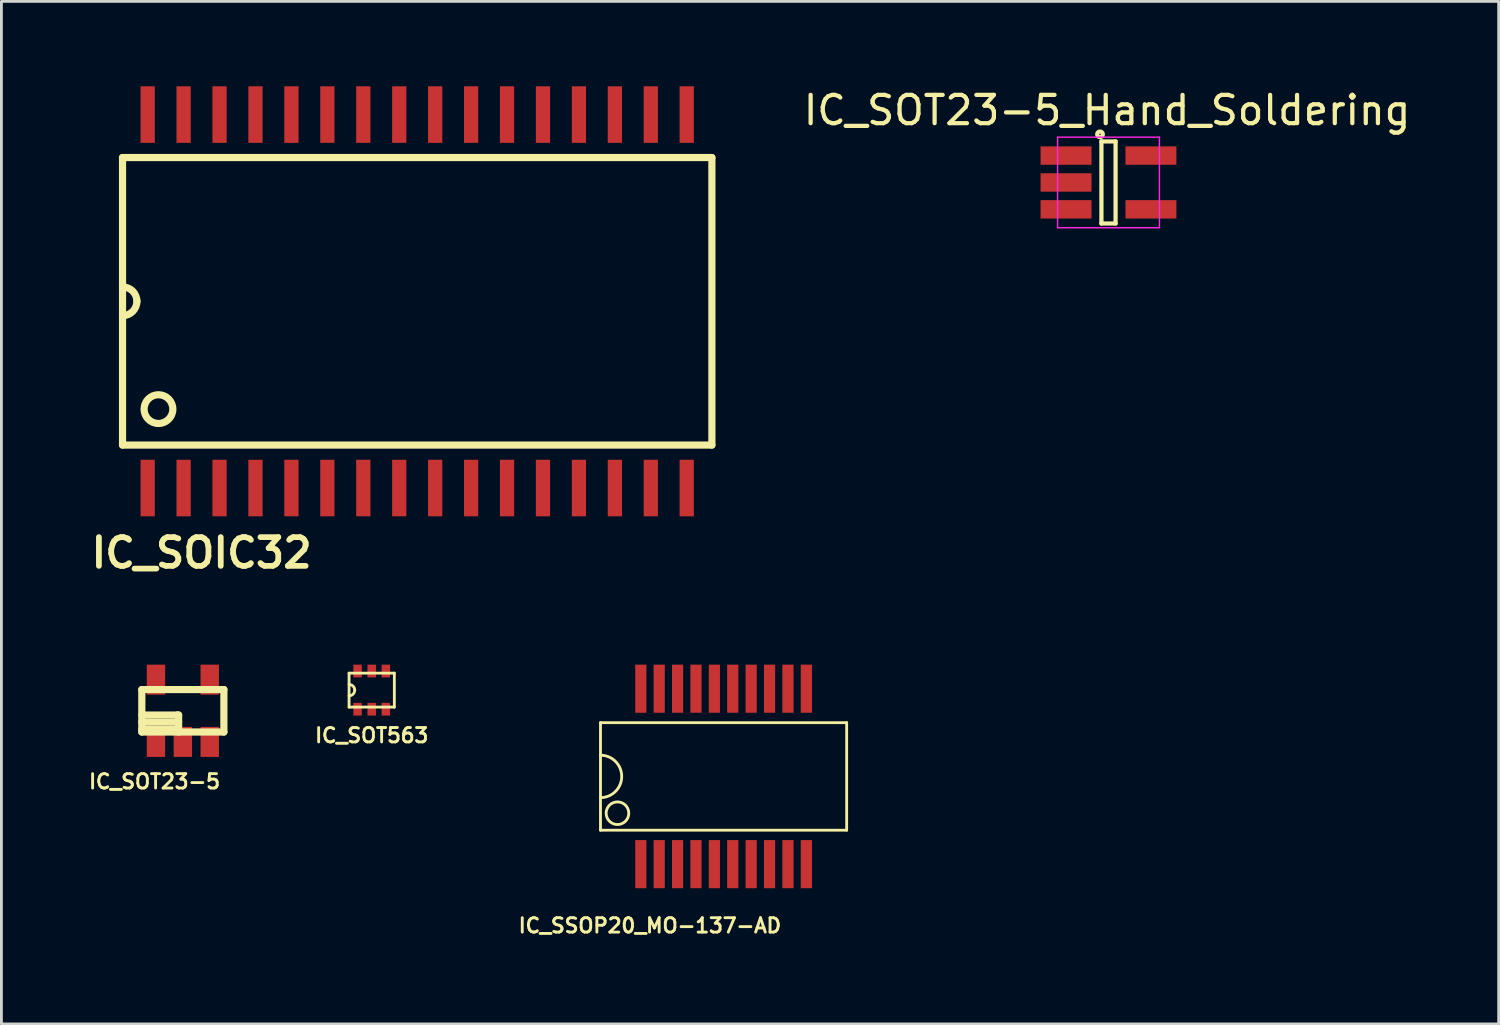
<source format=kicad_pcb>
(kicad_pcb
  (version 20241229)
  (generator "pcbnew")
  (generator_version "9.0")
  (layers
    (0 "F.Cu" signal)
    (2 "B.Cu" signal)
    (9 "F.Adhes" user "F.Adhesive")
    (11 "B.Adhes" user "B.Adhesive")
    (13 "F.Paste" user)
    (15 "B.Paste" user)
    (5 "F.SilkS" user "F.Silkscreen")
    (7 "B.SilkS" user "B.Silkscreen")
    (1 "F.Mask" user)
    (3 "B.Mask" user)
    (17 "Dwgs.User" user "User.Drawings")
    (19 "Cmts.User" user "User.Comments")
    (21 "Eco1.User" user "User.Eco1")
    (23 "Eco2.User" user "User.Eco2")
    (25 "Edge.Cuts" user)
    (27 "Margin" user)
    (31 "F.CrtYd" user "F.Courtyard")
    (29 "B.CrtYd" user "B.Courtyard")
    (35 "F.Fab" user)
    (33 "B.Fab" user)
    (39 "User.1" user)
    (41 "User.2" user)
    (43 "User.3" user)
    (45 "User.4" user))
  (footprint "IC_SSOP20_MO-137-AD"
    (layer "F.Cu")
    (at 22.521 24.389)
    (property "Reference" "IC_SSOP20_MO-137-AD" (at -2.603 5.271 0) (layer "F.SilkS") (effects (font (size 0.508 0.508) (thickness 0.102))))
    (attr smd)
    (fp_line (start -4.35 -1.9) (end 4.35 -1.9) (stroke (width 0.1) (type solid)) (layer "F.SilkS"))
    (fp_line (start -4.35 1.9) (end -4.35 -1.9) (stroke (width 0.1) (type solid)) (layer "F.SilkS"))
    (fp_line (start 4.35 -1.9) (end 4.35 1.9) (stroke (width 0.1) (type solid)) (layer "F.SilkS"))
    (fp_line (start 4.35 1.9) (end -4.35 1.9) (stroke (width 0.1) (type solid)) (layer "F.SilkS"))
    (fp_arc (start -4.35 -0.75) (mid -3.6 0) (end -4.35 0.75) (stroke (width 0.1) (type solid)) (layer "F.SilkS"))
    (fp_circle (center -3.75 1.3) (end -3.75 1.7) (stroke (width 0.1) (type solid)) (fill no) (layer "F.SilkS"))
    (pad "1" smd rect (at -2.925 3.1) (size 0.395 1.7) (layers "F.Cu" "F.Mask" "F.Paste"))
    (pad "2" smd rect (at -2.275 3.1) (size 0.395 1.7) (layers "F.Cu" "F.Mask" "F.Paste"))
    (pad "3" smd rect (at -1.625 3.1) (size 0.395 1.7) (layers "F.Cu" "F.Mask" "F.Paste"))
    (pad "4" smd rect (at -0.975 3.1) (size 0.395 1.7) (layers "F.Cu" "F.Mask" "F.Paste"))
    (pad "5" smd rect (at -0.325 3.1) (size 0.395 1.7) (layers "F.Cu" "F.Mask" "F.Paste"))
    (pad "6" smd rect (at 0.325 3.1) (size 0.395 1.7) (layers "F.Cu" "F.Mask" "F.Paste"))
    (pad "7" smd rect (at 0.975 3.1) (size 0.395 1.7) (layers "F.Cu" "F.Mask" "F.Paste"))
    (pad "8" smd rect (at 1.625 3.1) (size 0.395 1.7) (layers "F.Cu" "F.Mask" "F.Paste"))
    (pad "9" smd rect (at 2.275 3.1) (size 0.395 1.7) (layers "F.Cu" "F.Mask" "F.Paste"))
    (pad "10" smd rect (at 2.925 3.1) (size 0.395 1.7) (layers "F.Cu" "F.Mask" "F.Paste"))
    (pad "11" smd rect (at 2.925 -3.1) (size 0.395 1.7) (layers "F.Cu" "F.Mask" "F.Paste"))
    (pad "12" smd rect (at 2.275 -3.1) (size 0.395 1.7) (layers "F.Cu" "F.Mask" "F.Paste"))
    (pad "13" smd rect (at 1.625 -3.1) (size 0.395 1.7) (layers "F.Cu" "F.Mask" "F.Paste"))
    (pad "14" smd rect (at 0.975 -3.1) (size 0.395 1.7) (layers "F.Cu" "F.Mask" "F.Paste"))
    (pad "15" smd rect (at 0.325 -3.1) (size 0.395 1.7) (layers "F.Cu" "F.Mask" "F.Paste"))
    (pad "16" smd rect (at -0.325 -3.1) (size 0.395 1.7) (layers "F.Cu" "F.Mask" "F.Paste"))
    (pad "17" smd rect (at -0.975 -3.1) (size 0.395 1.7) (layers "F.Cu" "F.Mask" "F.Paste"))
    (pad "18" smd rect (at -1.625 -3.1) (size 0.395 1.7) (layers "F.Cu" "F.Mask" "F.Paste"))
    (pad "19" smd rect (at -2.275 -3.1) (size 0.395 1.7) (layers "F.Cu" "F.Mask" "F.Paste"))
    (pad "20" smd rect (at -2.925 -3.1) (size 0.395 1.7) (layers "F.Cu" "F.Mask" "F.Paste")))
  (footprint "IC_SOIC32"
    (layer "F.Cu")
    (at 11.694 7.598)
    (property "Reference" "IC_SOIC32" (at -7.62 8.89 0) (layer "F.SilkS") (effects (font (size 1.016 1.016) (thickness 0.203))))
    (attr smd)
    (fp_line (start -10.414 -5.08) (end -10.414 5.08) (stroke (width 0.254) (type solid)) (layer "F.SilkS"))
    (fp_line (start -10.414 5.08) (end 10.414 5.08) (stroke (width 0.254) (type solid)) (layer "F.SilkS"))
    (fp_line (start 10.414 -5.08) (end -10.414 -5.08) (stroke (width 0.254) (type solid)) (layer "F.SilkS"))
    (fp_line (start 10.414 5.08) (end 10.414 -5.08) (stroke (width 0.254) (type solid)) (layer "F.SilkS"))
    (fp_arc (start -10.414 -0.508) (mid -10.05479 -0.35921) (end -9.906 0) (stroke (width 0.254) (type solid)) (layer "F.SilkS"))
    (fp_arc (start -9.906 0) (mid -10.05479 0.35921) (end -10.414 0.508) (stroke (width 0.254) (type solid)) (layer "F.SilkS"))
    (fp_circle (center -9.144 3.81) (end -9.652 3.81) (stroke (width 0.254) (type solid)) (fill no) (layer "F.SilkS"))
    (pad "1" smd rect (at -9.525 6.599) (size 0.503 1.999) (layers "F.Cu" "F.Mask" "F.Paste"))
    (pad "2" smd rect (at -8.255 6.599) (size 0.503 1.999) (layers "F.Cu" "F.Mask" "F.Paste"))
    (pad "3" smd rect (at -6.985 6.599) (size 0.503 1.999) (layers "F.Cu" "F.Mask" "F.Paste"))
    (pad "4" smd rect (at -5.715 6.599) (size 0.503 1.999) (layers "F.Cu" "F.Mask" "F.Paste"))
    (pad "5" smd rect (at -4.445 6.599) (size 0.503 1.999) (layers "F.Cu" "F.Mask" "F.Paste"))
    (pad "6" smd rect (at -3.175 6.599) (size 0.503 1.999) (layers "F.Cu" "F.Mask" "F.Paste"))
    (pad "7" smd rect (at -1.905 6.599) (size 0.503 1.999) (layers "F.Cu" "F.Mask" "F.Paste"))
    (pad "8" smd rect (at -0.635 6.599) (size 0.503 1.999) (layers "F.Cu" "F.Mask" "F.Paste"))
    (pad "9" smd rect (at 0.635 6.599) (size 0.503 1.999) (layers "F.Cu" "F.Mask" "F.Paste"))
    (pad "10" smd rect (at 1.905 6.599) (size 0.503 1.999) (layers "F.Cu" "F.Mask" "F.Paste"))
    (pad "11" smd rect (at 3.175 6.599) (size 0.503 1.999) (layers "F.Cu" "F.Mask" "F.Paste"))
    (pad "12" smd rect (at 4.445 6.599) (size 0.503 1.999) (layers "F.Cu" "F.Mask" "F.Paste"))
    (pad "13" smd rect (at 5.715 6.599) (size 0.503 1.999) (layers "F.Cu" "F.Mask" "F.Paste"))
    (pad "14" smd rect (at 6.985 6.599) (size 0.503 1.999) (layers "F.Cu" "F.Mask" "F.Paste"))
    (pad "15" smd rect (at 8.255 6.599) (size 0.503 1.999) (layers "F.Cu" "F.Mask" "F.Paste"))
    (pad "16" smd rect (at 9.525 6.599) (size 0.503 1.999) (layers "F.Cu" "F.Mask" "F.Paste"))
    (pad "17" smd rect (at 9.525 -6.599) (size 0.503 1.999) (layers "F.Cu" "F.Mask" "F.Paste"))
    (pad "18" smd rect (at 8.255 -6.599) (size 0.503 1.999) (layers "F.Cu" "F.Mask" "F.Paste"))
    (pad "19" smd rect (at 6.985 -6.599) (size 0.503 1.999) (layers "F.Cu" "F.Mask" "F.Paste"))
    (pad "20" smd rect (at 5.715 -6.599) (size 0.503 1.999) (layers "F.Cu" "F.Mask" "F.Paste"))
    (pad "21" smd rect (at 4.445 -6.599) (size 0.503 1.999) (layers "F.Cu" "F.Mask" "F.Paste"))
    (pad "22" smd rect (at 3.175 -6.599) (size 0.503 1.999) (layers "F.Cu" "F.Mask" "F.Paste"))
    (pad "23" smd rect (at 1.905 -6.599) (size 0.503 1.999) (layers "F.Cu" "F.Mask" "F.Paste"))
    (pad "24" smd rect (at 0.635 -6.599) (size 0.503 1.999) (layers "F.Cu" "F.Mask" "F.Paste"))
    (pad "25" smd rect (at -0.635 -6.599) (size 0.503 1.999) (layers "F.Cu" "F.Mask" "F.Paste"))
    (pad "26" smd rect (at -1.905 -6.599) (size 0.503 1.999) (layers "F.Cu" "F.Mask" "F.Paste"))
    (pad "27" smd rect (at -3.175 -6.599) (size 0.503 1.999) (layers "F.Cu" "F.Mask" "F.Paste"))
    (pad "28" smd rect (at -4.445 -6.599) (size 0.503 1.999) (layers "F.Cu" "F.Mask" "F.Paste"))
    (pad "29" smd rect (at -5.715 -6.599) (size 0.503 1.999) (layers "F.Cu" "F.Mask" "F.Paste"))
    (pad "30" smd rect (at -6.985 -6.599) (size 0.503 1.999) (layers "F.Cu" "F.Mask" "F.Paste"))
    (pad "31" smd rect (at -8.255 -6.599) (size 0.503 1.999) (layers "F.Cu" "F.Mask" "F.Paste"))
    (pad "32" smd rect (at -9.525 -6.599) (size 0.503 1.999) (layers "F.Cu" "F.Mask" "F.Paste")))
  (footprint "IC_SOT563"
    (layer "F.Cu")
    (at 10.086 21.339)
    (property "Reference" "IC_SOT563" (at 0 1.6 0) (layer "F.SilkS") (effects (font (size 0.508 0.508) (thickness 0.102))))
    (attr through_hole)
    (fp_line (start -0.8 -0.6) (end 0.8 -0.6) (stroke (width 0.1) (type solid)) (layer "F.SilkS"))
    (fp_line (start -0.8 0.6) (end -0.8 -0.6) (stroke (width 0.1) (type solid)) (layer "F.SilkS"))
    (fp_line (start 0.8 -0.6) (end 0.8 0.6) (stroke (width 0.1) (type solid)) (layer "F.SilkS"))
    (fp_line (start 0.8 0.6) (end -0.8 0.6) (stroke (width 0.1) (type solid)) (layer "F.SilkS"))
    (fp_arc (start -0.8 -0.2) (mid -0.658579 -0.141421) (end -0.6 0) (stroke (width 0.1) (type solid)) (layer "F.SilkS"))
    (fp_arc (start -0.6 0) (mid -0.658579 0.141421) (end -0.8 0.2) (stroke (width 0.1) (type solid)) (layer "F.SilkS"))
    (pad "1" smd rect (at -0.5 0.675) (size 0.3 0.45) (layers "F.Cu" "F.Mask" "F.Paste"))
    (pad "2" smd rect (at 0 0.675) (size 0.3 0.45) (layers "F.Cu" "F.Mask" "F.Paste"))
    (pad "3" smd rect (at 0.5 0.675) (size 0.3 0.45) (layers "F.Cu" "F.Mask" "F.Paste"))
    (pad "4" smd rect (at 0.5 -0.675) (size 0.3 0.45) (layers "F.Cu" "F.Mask" "F.Paste"))
    (pad "5" smd rect (at 0 -0.675) (size 0.3 0.45) (layers "F.Cu" "F.Mask" "F.Paste"))
    (pad "6" smd rect (at -0.5 -0.675) (size 0.3 0.45) (layers "F.Cu" "F.Mask" "F.Paste")))
  (footprint "IC_SOT23-5_Hand_Soldering"
    (layer "F.Cu")
    (at 36.124 3.398)
    (property "Reference" "IC_SOT23-5_Hand_Soldering" (at -0.05 -2.55 0) (layer "F.SilkS") (effects (font (size 1 1) (thickness 0.15))))
    (attr smd)
    (fp_line (start -0.25 -1.45) (end -0.25 1.45) (stroke (width 0.15) (type solid)) (layer "F.SilkS"))
    (fp_line (start -0.25 1.45) (end 0.25 1.45) (stroke (width 0.15) (type solid)) (layer "F.SilkS"))
    (fp_line (start 0.25 -1.45) (end -0.25 -1.45) (stroke (width 0.15) (type solid)) (layer "F.SilkS"))
    (fp_line (start 0.25 1.45) (end 0.25 -1.45) (stroke (width 0.15) (type solid)) (layer "F.SilkS"))
    (fp_circle (center -0.3 -1.7) (end -0.2 -1.7) (stroke (width 0.15) (type solid)) (fill no) (layer "F.SilkS"))
    (fp_line (start -1.8 -1.6) (end 1.8 -1.6) (stroke (width 0.05) (type solid)) (layer "F.CrtYd"))
    (fp_line (start -1.8 1.6) (end -1.8 -1.6) (stroke (width 0.05) (type solid)) (layer "F.CrtYd"))
    (fp_line (start 1.8 -1.6) (end 1.8 1.6) (stroke (width 0.05) (type solid)) (layer "F.CrtYd"))
    (fp_line (start 1.8 1.6) (end -1.8 1.6) (stroke (width 0.05) (type solid)) (layer "F.CrtYd"))
    (pad "1" smd rect (at -1.5 -0.95) (size 1.8 0.65) (layers "F.Cu" "F.Mask" "F.Paste"))
    (pad "2" smd rect (at -1.5 0) (size 1.8 0.65) (layers "F.Cu" "F.Mask" "F.Paste"))
    (pad "3" smd rect (at -1.5 0.95) (size 1.8 0.65) (layers "F.Cu" "F.Mask" "F.Paste"))
    (pad "4" smd rect (at 1.5 0.95) (size 1.8 0.65) (layers "F.Cu" "F.Mask" "F.Paste"))
    (pad "5" smd rect (at 1.5 -0.95) (size 1.8 0.65) (layers "F.Cu" "F.Mask" "F.Paste")))
  (footprint "IC_SOT23-5"
    (layer "F.Cu")
    (at 3.412 22.069)
    (property "Reference" "IC_SOT23-5" (at -1 2.5 0) (layer "F.SilkS") (effects (font (size 0.508 0.508) (thickness 0.102))))
    (attr smd)
    (fp_line (start -1.45 -0.75) (end -1.45 0.75) (stroke (width 0.254) (type solid)) (layer "F.SilkS"))
    (fp_line (start -1.45 -0.75) (end 1.45 -0.75) (stroke (width 0.254) (type solid)) (layer "F.SilkS"))
    (fp_line (start -1.45 0.15) (end -0.2 0.15) (stroke (width 0.254) (type solid)) (layer "F.SilkS"))
    (fp_line (start -1.45 0.4) (end -0.15 0.4) (stroke (width 0.254) (type solid)) (layer "F.SilkS"))
    (fp_line (start -1.45 0.65) (end -0.15 0.65) (stroke (width 0.254) (type solid)) (layer "F.SilkS"))
    (fp_line (start -0.2 0.15) (end -0.15 0.15) (stroke (width 0.254) (type solid)) (layer "F.SilkS"))
    (fp_line (start -0.15 0.15) (end -0.15 0.75) (stroke (width 0.254) (type solid)) (layer "F.SilkS"))
    (fp_line (start 1.45 -0.75) (end 1.45 0.75) (stroke (width 0.254) (type solid)) (layer "F.SilkS"))
    (fp_line (start 1.45 0.75) (end -1.45 0.75) (stroke (width 0.254) (type solid)) (layer "F.SilkS"))
    (pad "1" smd rect (at -0.95 1.1) (size 0.65 1.06) (layers "F.Cu" "F.Mask" "F.Paste"))
    (pad "2" smd rect (at 0 1.1) (size 0.65 1.06) (layers "F.Cu" "F.Mask" "F.Paste"))
    (pad "3" smd rect (at 0.95 1.1) (size 0.65 1.06) (layers "F.Cu" "F.Mask" "F.Paste"))
    (pad "4" smd rect (at 0.95 -1.1) (size 0.65 1.06) (layers "F.Cu" "F.Mask" "F.Paste"))
    (pad "5" smd rect (at -0.95 -1.1) (size 0.65 1.06) (layers "F.Cu" "F.Mask" "F.Paste")))
  (gr_rect
    (start -3 -3)
    (end 49.913 33.135)
    (stroke (width 0.1) (type default))
    (fill no)
    (layer "Edge.Cuts")))
</source>
